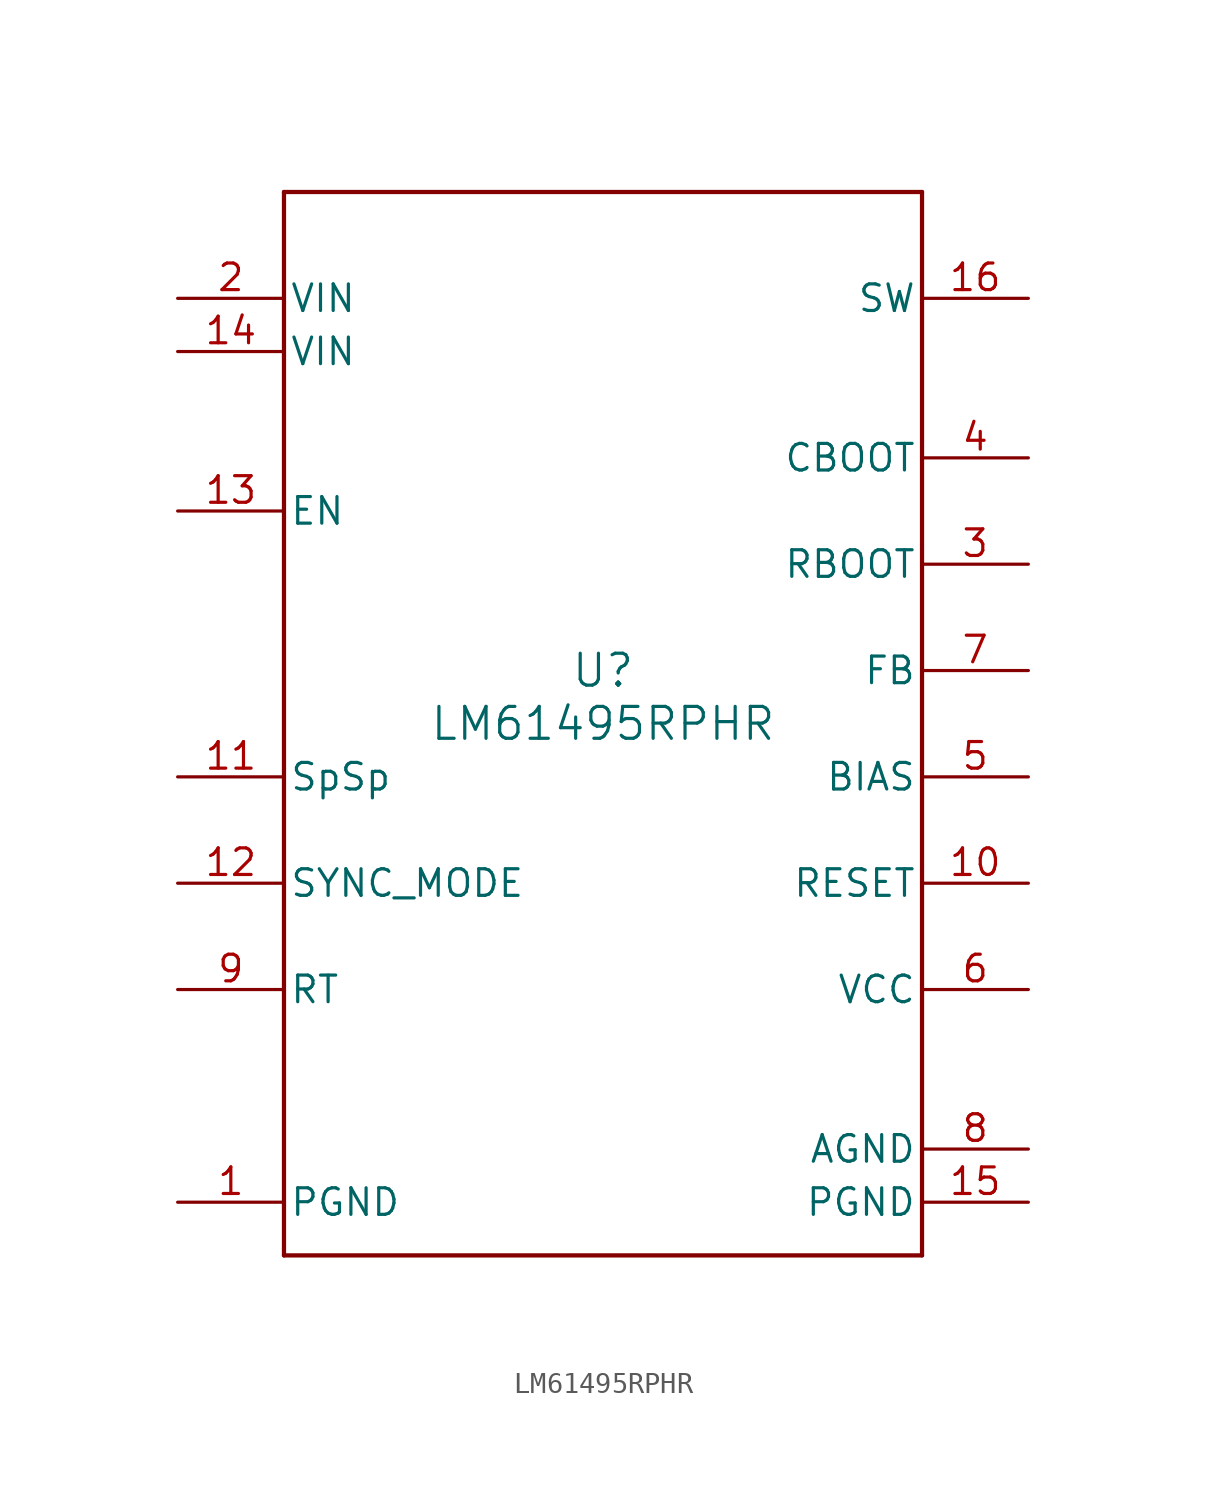
<source format=kicad_sym>
(kicad_symbol_lib
  (version 20220914)
  (generator kicad_symbol_editor)
  (symbol "LM61495RPHR"
    (pin_names
      (offset 0.254))
    (property "Reference" "U"
      (at 0 2.54 0)
      (effects (font (size 1.524 1.524))))
    (property "Value" "LM61495RPHR"
      (at 0 0 0)
      (effects (font (size 1.524 1.524))))
    (symbol "LM61495RPHR_0_1"
      (polyline (pts (xy -15.24 -25.4) (xy 15.24 -25.4)) (stroke (width 0.203) (type default)) (fill (type none)))
      (polyline (pts (xy -15.24 25.4) (xy -15.24 -25.4)) (stroke (width 0.203) (type default)) (fill (type none)))
      (polyline (pts (xy 15.24 -25.4) (xy 15.24 25.4)) (stroke (width 0.203) (type default)) (fill (type none)))
      (polyline (pts (xy 15.24 25.4) (xy -15.24 25.4)) (stroke (width 0.203) (type default)) (fill (type none)))
      (pin power_in line (at -20.32 -22.86 0) (length 5.08) (name "PGND" (effects (font (size 1.27 1.27)))) (number "1" (effects (font (size 1.27 1.27)))))
      (pin input line (at 20.32 -7.62 180) (length 5.08) (name "RESET" (effects (font (size 1.27 1.27)))) (number "10" (effects (font (size 1.27 1.27)))))
      (pin unspecified line (at -20.32 -2.54 0) (length 5.08) (name "SpSp" (effects (font (size 1.27 1.27)))) (number "11" (effects (font (size 1.27 1.27)))))
      (pin input line (at -20.32 -7.62 0) (length 5.08) (name "SYNC_MODE" (effects (font (size 1.27 1.27)))) (number "12" (effects (font (size 1.27 1.27)))))
      (pin input line (at -20.32 10.16 0) (length 5.08) (name "EN" (effects (font (size 1.27 1.27)))) (number "13" (effects (font (size 1.27 1.27)))))
      (pin power_in line (at -20.32 17.78 0) (length 5.08) (name "VIN" (effects (font (size 1.27 1.27)))) (number "14" (effects (font (size 1.27 1.27)))))
      (pin power_in line (at 20.32 -22.86 180) (length 5.08) (name "PGND" (effects (font (size 1.27 1.27)))) (number "15" (effects (font (size 1.27 1.27)))))
      (pin power_in line (at 20.32 20.32 180) (length 5.08) (name "SW" (effects (font (size 1.27 1.27)))) (number "16" (effects (font (size 1.27 1.27)))))
      (pin power_in line (at -20.32 20.32 0) (length 5.08) (name "VIN" (effects (font (size 1.27 1.27)))) (number "2" (effects (font (size 1.27 1.27)))))
      (pin unspecified line (at 20.32 7.62 180) (length 5.08) (name "RBOOT" (effects (font (size 1.27 1.27)))) (number "3" (effects (font (size 1.27 1.27)))))
      (pin unspecified line (at 20.32 12.7 180) (length 5.08) (name "CBOOT" (effects (font (size 1.27 1.27)))) (number "4" (effects (font (size 1.27 1.27)))))
      (pin unspecified line (at 20.32 -2.54 180) (length 5.08) (name "BIAS" (effects (font (size 1.27 1.27)))) (number "5" (effects (font (size 1.27 1.27)))))
      (pin power_in line (at 20.32 -12.7 180) (length 5.08) (name "VCC" (effects (font (size 1.27 1.27)))) (number "6" (effects (font (size 1.27 1.27)))))
      (pin input line (at 20.32 2.54 180) (length 5.08) (name "FB" (effects (font (size 1.27 1.27)))) (number "7" (effects (font (size 1.27 1.27)))))
      (pin power_in line (at 20.32 -20.32 180) (length 5.08) (name "AGND" (effects (font (size 1.27 1.27)))) (number "8" (effects (font (size 1.27 1.27)))))
      (pin unspecified line (at -20.32 -12.7 0) (length 5.08) (name "RT" (effects (font (size 1.27 1.27)))) (number "9" (effects (font (size 1.27 1.27))))))))
</source>
